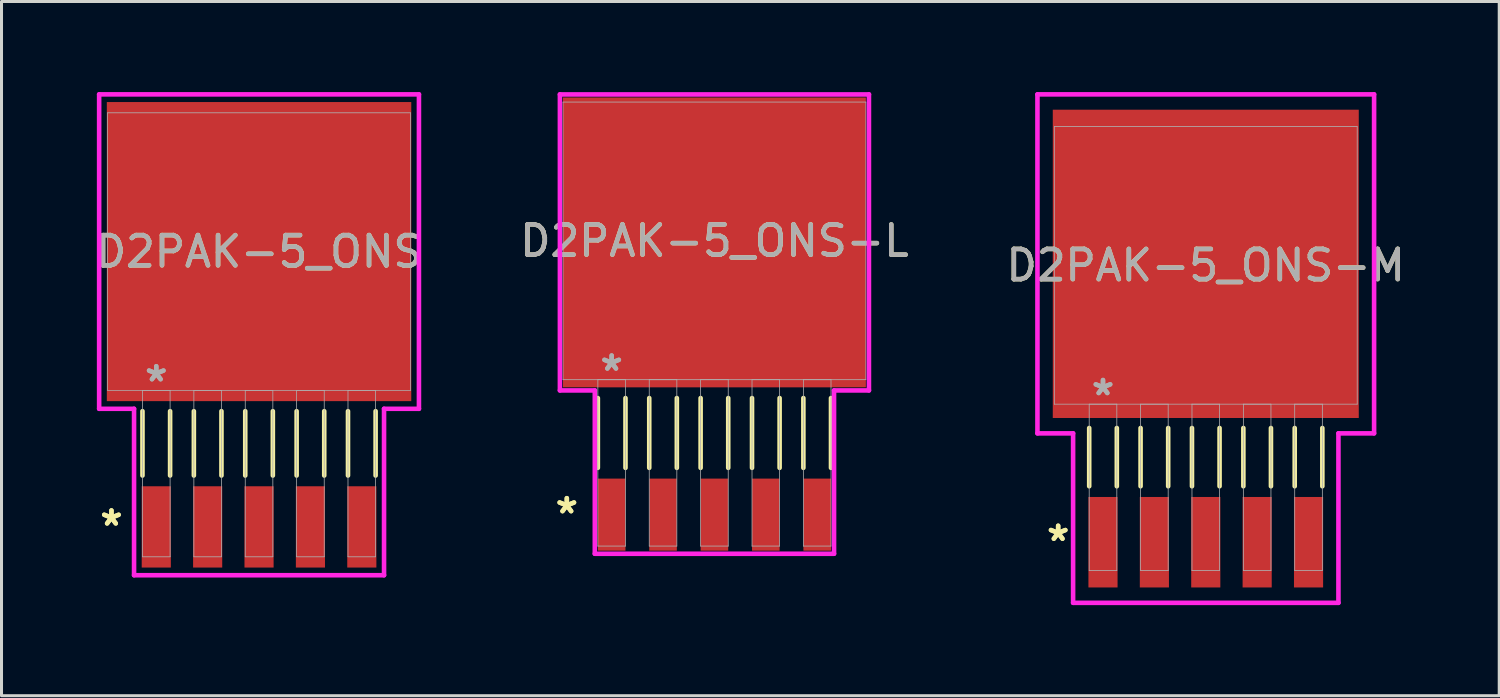
<source format=kicad_pcb>
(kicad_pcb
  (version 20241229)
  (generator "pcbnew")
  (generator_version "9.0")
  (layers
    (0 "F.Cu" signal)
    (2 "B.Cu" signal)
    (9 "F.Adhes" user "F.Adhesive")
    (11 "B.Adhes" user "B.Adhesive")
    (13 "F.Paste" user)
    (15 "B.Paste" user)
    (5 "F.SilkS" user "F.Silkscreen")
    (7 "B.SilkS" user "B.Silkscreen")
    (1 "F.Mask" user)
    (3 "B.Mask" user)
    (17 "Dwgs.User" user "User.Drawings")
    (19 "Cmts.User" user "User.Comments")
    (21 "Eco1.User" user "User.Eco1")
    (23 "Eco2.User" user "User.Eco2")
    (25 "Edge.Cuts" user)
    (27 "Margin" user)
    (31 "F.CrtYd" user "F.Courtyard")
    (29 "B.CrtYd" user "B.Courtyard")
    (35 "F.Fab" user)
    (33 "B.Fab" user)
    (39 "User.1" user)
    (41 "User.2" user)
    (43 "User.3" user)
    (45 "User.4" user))
  (footprint "D2PAK-5_ONS-L"
    (layer "F.Cu")
    (at 20.613 4.928)
    (property "Reference" "D2PAK-5_ONS-L" (at 0 0 0) (unlocked yes) (layer "F.SilkS") (effects (font (size 1 1) (thickness 0.15))))
    (attr smd)
    (fp_line (start -3.861 5.207) (end -3.861 7.518) (stroke (width 0.152) (type solid)) (layer "F.SilkS"))
    (fp_line (start -2.946 5.207) (end -2.946 7.518) (stroke (width 0.152) (type solid)) (layer "F.SilkS"))
    (fp_line (start -2.159 5.207) (end -2.159 7.518) (stroke (width 0.152) (type solid)) (layer "F.SilkS"))
    (fp_line (start -1.245 5.207) (end -1.245 7.518) (stroke (width 0.152) (type solid)) (layer "F.SilkS"))
    (fp_line (start -0.457 5.207) (end -0.457 7.518) (stroke (width 0.152) (type solid)) (layer "F.SilkS"))
    (fp_line (start 0.457 5.207) (end 0.457 7.518) (stroke (width 0.152) (type solid)) (layer "F.SilkS"))
    (fp_line (start 1.245 5.207) (end 1.245 7.518) (stroke (width 0.152) (type solid)) (layer "F.SilkS"))
    (fp_line (start 2.159 5.207) (end 2.159 7.518) (stroke (width 0.152) (type solid)) (layer "F.SilkS"))
    (fp_line (start 2.946 5.207) (end 2.946 7.518) (stroke (width 0.152) (type solid)) (layer "F.SilkS"))
    (fp_line (start 3.861 5.207) (end 3.861 7.518) (stroke (width 0.152) (type solid)) (layer "F.SilkS"))
    (fp_line (start -5.118 -4.851) (end 5.118 -4.851) (stroke (width 0.152) (type solid)) (layer "F.CrtYd"))
    (fp_line (start -5.118 4.953) (end -5.118 -4.851) (stroke (width 0.152) (type solid)) (layer "F.CrtYd"))
    (fp_line (start -3.962 4.953) (end -5.118 4.953) (stroke (width 0.152) (type solid)) (layer "F.CrtYd"))
    (fp_line (start -3.962 10.363) (end -3.962 4.953) (stroke (width 0.152) (type solid)) (layer "F.CrtYd"))
    (fp_line (start 3.962 4.953) (end 3.962 10.363) (stroke (width 0.152) (type solid)) (layer "F.CrtYd"))
    (fp_line (start 3.962 10.363) (end -3.962 10.363) (stroke (width 0.152) (type solid)) (layer "F.CrtYd"))
    (fp_line (start 5.118 -4.851) (end 5.118 4.953) (stroke (width 0.152) (type solid)) (layer "F.CrtYd"))
    (fp_line (start 5.118 4.953) (end 3.962 4.953) (stroke (width 0.152) (type solid)) (layer "F.CrtYd"))
    (fp_line (start -5.016 -4.597) (end -5.016 4.597) (stroke (width 0.025) (type solid)) (layer "F.Fab"))
    (fp_line (start -5.016 4.597) (end 5.016 4.597) (stroke (width 0.025) (type solid)) (layer "F.Fab"))
    (fp_line (start -3.861 4.597) (end -3.861 10.109) (stroke (width 0.025) (type solid)) (layer "F.Fab"))
    (fp_line (start -3.861 10.109) (end -2.946 10.109) (stroke (width 0.025) (type solid)) (layer "F.Fab"))
    (fp_line (start -2.946 4.597) (end -3.861 4.597) (stroke (width 0.025) (type solid)) (layer "F.Fab"))
    (fp_line (start -2.946 10.109) (end -2.946 4.597) (stroke (width 0.025) (type solid)) (layer "F.Fab"))
    (fp_line (start -2.159 4.597) (end -2.159 10.109) (stroke (width 0.025) (type solid)) (layer "F.Fab"))
    (fp_line (start -2.159 10.109) (end -1.245 10.109) (stroke (width 0.025) (type solid)) (layer "F.Fab"))
    (fp_line (start -1.245 4.597) (end -2.159 4.597) (stroke (width 0.025) (type solid)) (layer "F.Fab"))
    (fp_line (start -1.245 10.109) (end -1.245 4.597) (stroke (width 0.025) (type solid)) (layer "F.Fab"))
    (fp_line (start -0.457 4.597) (end -0.457 10.109) (stroke (width 0.025) (type solid)) (layer "F.Fab"))
    (fp_line (start -0.457 10.109) (end 0.457 10.109) (stroke (width 0.025) (type solid)) (layer "F.Fab"))
    (fp_line (start 0.457 4.597) (end -0.457 4.597) (stroke (width 0.025) (type solid)) (layer "F.Fab"))
    (fp_line (start 0.457 10.109) (end 0.457 4.597) (stroke (width 0.025) (type solid)) (layer "F.Fab"))
    (fp_line (start 1.245 4.597) (end 1.245 10.109) (stroke (width 0.025) (type solid)) (layer "F.Fab"))
    (fp_line (start 1.245 10.109) (end 2.159 10.109) (stroke (width 0.025) (type solid)) (layer "F.Fab"))
    (fp_line (start 2.159 4.597) (end 1.245 4.597) (stroke (width 0.025) (type solid)) (layer "F.Fab"))
    (fp_line (start 2.159 10.109) (end 2.159 4.597) (stroke (width 0.025) (type solid)) (layer "F.Fab"))
    (fp_line (start 2.946 4.597) (end 2.946 10.109) (stroke (width 0.025) (type solid)) (layer "F.Fab"))
    (fp_line (start 2.946 10.109) (end 3.861 10.109) (stroke (width 0.025) (type solid)) (layer "F.Fab"))
    (fp_line (start 3.861 4.597) (end 2.946 4.597) (stroke (width 0.025) (type solid)) (layer "F.Fab"))
    (fp_line (start 3.861 10.109) (end 3.861 4.597) (stroke (width 0.025) (type solid)) (layer "F.Fab"))
    (fp_line (start 5.016 -4.597) (end -5.016 -4.597) (stroke (width 0.025) (type solid)) (layer "F.Fab"))
    (fp_line (start 5.016 4.597) (end 5.016 -4.597) (stroke (width 0.025) (type solid)) (layer "F.Fab"))
    (fp_text user "*" (at -4.889 9.068 0) (layer "F.SilkS") (effects (font (size 1 1) (thickness 0.15))))
    (fp_text user "*" (at -4.889 9.068 0) (unlocked yes) (layer "F.SilkS") (effects (font (size 1 1) (thickness 0.15))))
    (fp_text user "*" (at -3.404 4.343 0) (layer "F.Fab") (effects (font (size 1 1) (thickness 0.15))))
    (fp_text user "*" (at -3.404 4.343 0) (unlocked yes) (layer "F.Fab") (effects (font (size 1 1) (thickness 0.15))))
    (fp_text user "${REFERENCE}" (at 0 0 0) (unlocked yes) (layer "F.Fab") (effects (font (size 1 1) (thickness 0.15))))
    (pad "1" smd rect (at -3.404 9.068) (size 0.914 2.388) (layers "F.Cu" "F.Mask" "F.Paste"))
    (pad "2" smd rect (at -1.702 9.068) (size 0.914 2.388) (layers "F.Cu" "F.Mask" "F.Paste"))
    (pad "3" smd rect (at 0 9.068) (size 0.914 2.388) (layers "F.Cu" "F.Mask" "F.Paste"))
    (pad "4" smd rect (at 1.702 9.068) (size 0.914 2.388) (layers "F.Cu" "F.Mask" "F.Paste"))
    (pad "5" smd rect (at 3.404 9.068) (size 0.914 2.388) (layers "F.Cu" "F.Mask" "F.Paste"))
    (pad "6" smd rect (at 0 0.051) (size 10.033 9.601) (layers "F.Cu" "F.Mask" "F.Paste")))
  (footprint "D2PAK-5_ONS-M"
    (layer "F.Cu")
    (at 36.887 5.74)
    (property "Reference" "D2PAK-5_ONS-M" (at 0 0 0) (unlocked yes) (layer "F.SilkS") (effects (font (size 1 1) (thickness 0.15))))
    (attr smd)
    (fp_line (start -3.861 5.387) (end -3.861 7.315) (stroke (width 0.152) (type solid)) (layer "F.SilkS"))
    (fp_line (start -2.946 5.387) (end -2.946 7.315) (stroke (width 0.152) (type solid)) (layer "F.SilkS"))
    (fp_line (start -2.159 5.387) (end -2.159 7.315) (stroke (width 0.152) (type solid)) (layer "F.SilkS"))
    (fp_line (start -1.245 5.387) (end -1.245 7.315) (stroke (width 0.152) (type solid)) (layer "F.SilkS"))
    (fp_line (start -0.457 5.387) (end -0.457 7.315) (stroke (width 0.152) (type solid)) (layer "F.SilkS"))
    (fp_line (start 0.457 5.387) (end 0.457 7.315) (stroke (width 0.152) (type solid)) (layer "F.SilkS"))
    (fp_line (start 1.245 5.387) (end 1.245 7.315) (stroke (width 0.152) (type solid)) (layer "F.SilkS"))
    (fp_line (start 2.159 5.387) (end 2.159 7.315) (stroke (width 0.152) (type solid)) (layer "F.SilkS"))
    (fp_line (start 2.946 5.387) (end 2.946 7.315) (stroke (width 0.152) (type solid)) (layer "F.SilkS"))
    (fp_line (start 3.861 5.387) (end 3.861 7.315) (stroke (width 0.152) (type solid)) (layer "F.SilkS"))
    (fp_line (start -5.575 -5.664) (end 5.575 -5.664) (stroke (width 0.152) (type solid)) (layer "F.CrtYd"))
    (fp_line (start -5.575 5.563) (end -5.575 -5.664) (stroke (width 0.152) (type solid)) (layer "F.CrtYd"))
    (fp_line (start -4.394 5.563) (end -5.575 5.563) (stroke (width 0.152) (type solid)) (layer "F.CrtYd"))
    (fp_line (start -4.394 11.176) (end -4.394 5.563) (stroke (width 0.152) (type solid)) (layer "F.CrtYd"))
    (fp_line (start 4.394 5.563) (end 4.394 11.176) (stroke (width 0.152) (type solid)) (layer "F.CrtYd"))
    (fp_line (start 4.394 11.176) (end -4.394 11.176) (stroke (width 0.152) (type solid)) (layer "F.CrtYd"))
    (fp_line (start 5.575 -5.664) (end 5.575 5.563) (stroke (width 0.152) (type solid)) (layer "F.CrtYd"))
    (fp_line (start 5.575 5.563) (end 4.394 5.563) (stroke (width 0.152) (type solid)) (layer "F.CrtYd"))
    (fp_line (start -5.016 -4.597) (end -5.016 4.597) (stroke (width 0.025) (type solid)) (layer "F.Fab"))
    (fp_line (start -5.016 4.597) (end 5.016 4.597) (stroke (width 0.025) (type solid)) (layer "F.Fab"))
    (fp_line (start -3.861 4.597) (end -3.861 10.109) (stroke (width 0.025) (type solid)) (layer "F.Fab"))
    (fp_line (start -3.861 10.109) (end -2.946 10.109) (stroke (width 0.025) (type solid)) (layer "F.Fab"))
    (fp_line (start -2.946 4.597) (end -3.861 4.597) (stroke (width 0.025) (type solid)) (layer "F.Fab"))
    (fp_line (start -2.946 10.109) (end -2.946 4.597) (stroke (width 0.025) (type solid)) (layer "F.Fab"))
    (fp_line (start -2.159 4.597) (end -2.159 10.109) (stroke (width 0.025) (type solid)) (layer "F.Fab"))
    (fp_line (start -2.159 10.109) (end -1.245 10.109) (stroke (width 0.025) (type solid)) (layer "F.Fab"))
    (fp_line (start -1.245 4.597) (end -2.159 4.597) (stroke (width 0.025) (type solid)) (layer "F.Fab"))
    (fp_line (start -1.245 10.109) (end -1.245 4.597) (stroke (width 0.025) (type solid)) (layer "F.Fab"))
    (fp_line (start -0.457 4.597) (end -0.457 10.109) (stroke (width 0.025) (type solid)) (layer "F.Fab"))
    (fp_line (start -0.457 10.109) (end 0.457 10.109) (stroke (width 0.025) (type solid)) (layer "F.Fab"))
    (fp_line (start 0.457 4.597) (end -0.457 4.597) (stroke (width 0.025) (type solid)) (layer "F.Fab"))
    (fp_line (start 0.457 10.109) (end 0.457 4.597) (stroke (width 0.025) (type solid)) (layer "F.Fab"))
    (fp_line (start 1.245 4.597) (end 1.245 10.109) (stroke (width 0.025) (type solid)) (layer "F.Fab"))
    (fp_line (start 1.245 10.109) (end 2.159 10.109) (stroke (width 0.025) (type solid)) (layer "F.Fab"))
    (fp_line (start 2.159 4.597) (end 1.245 4.597) (stroke (width 0.025) (type solid)) (layer "F.Fab"))
    (fp_line (start 2.159 10.109) (end 2.159 4.597) (stroke (width 0.025) (type solid)) (layer "F.Fab"))
    (fp_line (start 2.946 4.597) (end 2.946 10.109) (stroke (width 0.025) (type solid)) (layer "F.Fab"))
    (fp_line (start 2.946 10.109) (end 3.861 10.109) (stroke (width 0.025) (type solid)) (layer "F.Fab"))
    (fp_line (start 3.861 4.597) (end 2.946 4.597) (stroke (width 0.025) (type solid)) (layer "F.Fab"))
    (fp_line (start 3.861 10.109) (end 3.861 4.597) (stroke (width 0.025) (type solid)) (layer "F.Fab"))
    (fp_line (start 5.016 -4.597) (end -5.016 -4.597) (stroke (width 0.025) (type solid)) (layer "F.Fab"))
    (fp_line (start 5.016 4.597) (end 5.016 -4.597) (stroke (width 0.025) (type solid)) (layer "F.Fab"))
    (fp_text user "*" (at -4.889 9.169 0) (layer "F.SilkS") (effects (font (size 1 1) (thickness 0.15))))
    (fp_text user "*" (at -4.889 9.169 0) (unlocked yes) (layer "F.SilkS") (effects (font (size 1 1) (thickness 0.15))))
    (fp_text user "${REFERENCE}" (at 0 0 0) (unlocked yes) (layer "F.Fab") (effects (font (size 1 1) (thickness 0.15))))
    (fp_text user "*" (at -3.404 4.343 0) (unlocked yes) (layer "F.Fab") (effects (font (size 1 1) (thickness 0.15))))
    (fp_text user "*" (at -3.404 4.343 0) (layer "F.Fab") (effects (font (size 1 1) (thickness 0.15))))
    (pad "1" smd rect (at -3.404 9.169) (size 0.965 2.997) (layers "F.Cu" "F.Mask" "F.Paste"))
    (pad "2" smd rect (at -1.702 9.169) (size 0.965 2.997) (layers "F.Cu" "F.Mask" "F.Paste"))
    (pad "3" smd rect (at 0 9.169) (size 0.965 2.997) (layers "F.Cu" "F.Mask" "F.Paste"))
    (pad "4" smd rect (at 1.702 9.169) (size 0.965 2.997) (layers "F.Cu" "F.Mask" "F.Paste"))
    (pad "5" smd rect (at 3.404 9.169) (size 0.965 2.997) (layers "F.Cu" "F.Mask" "F.Paste"))
    (pad "6" smd rect (at 0 -0.051) (size 10.135 10.211) (layers "F.Cu" "F.Mask" "F.Paste")))
  (footprint "D2PAK-5_ONS"
    (layer "F.Cu")
    (at 5.53 5.283)
    (property "Reference" "D2PAK-5_ONS" (at 0 0 0) (unlocked yes) (layer "F.SilkS") (effects (font (size 1 1) (thickness 0.15))))
    (attr smd)
    (fp_line (start -3.861 5.286) (end -3.861 7.417) (stroke (width 0.152) (type solid)) (layer "F.SilkS"))
    (fp_line (start -2.946 5.286) (end -2.946 7.417) (stroke (width 0.152) (type solid)) (layer "F.SilkS"))
    (fp_line (start -2.159 5.286) (end -2.159 7.417) (stroke (width 0.152) (type solid)) (layer "F.SilkS"))
    (fp_line (start -1.245 5.286) (end -1.245 7.417) (stroke (width 0.152) (type solid)) (layer "F.SilkS"))
    (fp_line (start -0.457 5.286) (end -0.457 7.417) (stroke (width 0.152) (type solid)) (layer "F.SilkS"))
    (fp_line (start 0.457 5.286) (end 0.457 7.417) (stroke (width 0.152) (type solid)) (layer "F.SilkS"))
    (fp_line (start 1.245 5.286) (end 1.245 7.417) (stroke (width 0.152) (type solid)) (layer "F.SilkS"))
    (fp_line (start 2.159 5.286) (end 2.159 7.417) (stroke (width 0.152) (type solid)) (layer "F.SilkS"))
    (fp_line (start 2.946 5.286) (end 2.946 7.417) (stroke (width 0.152) (type solid)) (layer "F.SilkS"))
    (fp_line (start 3.861 5.286) (end 3.861 7.417) (stroke (width 0.152) (type solid)) (layer "F.SilkS"))
    (fp_line (start -5.296 -5.207) (end 5.296 -5.207) (stroke (width 0.152) (type solid)) (layer "F.CrtYd"))
    (fp_line (start -5.296 5.207) (end -5.296 -5.207) (stroke (width 0.152) (type solid)) (layer "F.CrtYd"))
    (fp_line (start -4.14 5.207) (end -5.296 5.207) (stroke (width 0.152) (type solid)) (layer "F.CrtYd"))
    (fp_line (start -4.14 10.719) (end -4.14 5.207) (stroke (width 0.152) (type solid)) (layer "F.CrtYd"))
    (fp_line (start 4.14 5.207) (end 4.14 10.719) (stroke (width 0.152) (type solid)) (layer "F.CrtYd"))
    (fp_line (start 4.14 10.719) (end -4.14 10.719) (stroke (width 0.152) (type solid)) (layer "F.CrtYd"))
    (fp_line (start 5.296 -5.207) (end 5.296 5.207) (stroke (width 0.152) (type solid)) (layer "F.CrtYd"))
    (fp_line (start 5.296 5.207) (end 4.14 5.207) (stroke (width 0.152) (type solid)) (layer "F.CrtYd"))
    (fp_line (start -5.016 -4.597) (end -5.016 4.597) (stroke (width 0.025) (type solid)) (layer "F.Fab"))
    (fp_line (start -5.016 4.597) (end 5.016 4.597) (stroke (width 0.025) (type solid)) (layer "F.Fab"))
    (fp_line (start -3.861 4.597) (end -3.861 10.109) (stroke (width 0.025) (type solid)) (layer "F.Fab"))
    (fp_line (start -3.861 10.109) (end -2.946 10.109) (stroke (width 0.025) (type solid)) (layer "F.Fab"))
    (fp_line (start -2.946 4.597) (end -3.861 4.597) (stroke (width 0.025) (type solid)) (layer "F.Fab"))
    (fp_line (start -2.946 10.109) (end -2.946 4.597) (stroke (width 0.025) (type solid)) (layer "F.Fab"))
    (fp_line (start -2.159 4.597) (end -2.159 10.109) (stroke (width 0.025) (type solid)) (layer "F.Fab"))
    (fp_line (start -2.159 10.109) (end -1.245 10.109) (stroke (width 0.025) (type solid)) (layer "F.Fab"))
    (fp_line (start -1.245 4.597) (end -2.159 4.597) (stroke (width 0.025) (type solid)) (layer "F.Fab"))
    (fp_line (start -1.245 10.109) (end -1.245 4.597) (stroke (width 0.025) (type solid)) (layer "F.Fab"))
    (fp_line (start -0.457 4.597) (end -0.457 10.109) (stroke (width 0.025) (type solid)) (layer "F.Fab"))
    (fp_line (start -0.457 10.109) (end 0.457 10.109) (stroke (width 0.025) (type solid)) (layer "F.Fab"))
    (fp_line (start 0.457 4.597) (end -0.457 4.597) (stroke (width 0.025) (type solid)) (layer "F.Fab"))
    (fp_line (start 0.457 10.109) (end 0.457 4.597) (stroke (width 0.025) (type solid)) (layer "F.Fab"))
    (fp_line (start 1.245 4.597) (end 1.245 10.109) (stroke (width 0.025) (type solid)) (layer "F.Fab"))
    (fp_line (start 1.245 10.109) (end 2.159 10.109) (stroke (width 0.025) (type solid)) (layer "F.Fab"))
    (fp_line (start 2.159 4.597) (end 1.245 4.597) (stroke (width 0.025) (type solid)) (layer "F.Fab"))
    (fp_line (start 2.159 10.109) (end 2.159 4.597) (stroke (width 0.025) (type solid)) (layer "F.Fab"))
    (fp_line (start 2.946 4.597) (end 2.946 10.109) (stroke (width 0.025) (type solid)) (layer "F.Fab"))
    (fp_line (start 2.946 10.109) (end 3.861 10.109) (stroke (width 0.025) (type solid)) (layer "F.Fab"))
    (fp_line (start 3.861 4.597) (end 2.946 4.597) (stroke (width 0.025) (type solid)) (layer "F.Fab"))
    (fp_line (start 3.861 10.109) (end 3.861 4.597) (stroke (width 0.025) (type solid)) (layer "F.Fab"))
    (fp_line (start 5.016 -4.597) (end -5.016 -4.597) (stroke (width 0.025) (type solid)) (layer "F.Fab"))
    (fp_line (start 5.016 4.597) (end 5.016 -4.597) (stroke (width 0.025) (type solid)) (layer "F.Fab"))
    (fp_text user "*" (at -4.889 9.119 0) (layer "F.SilkS") (effects (font (size 1 1) (thickness 0.15))))
    (fp_text user "*" (at -4.889 9.119 0) (unlocked yes) (layer "F.SilkS") (effects (font (size 1 1) (thickness 0.15))))
    (fp_text user "${REFERENCE}" (at 0 0 0) (unlocked yes) (layer "F.Fab") (effects (font (size 1 1) (thickness 0.15))))
    (fp_text user "*" (at -3.404 4.343 0) (layer "F.Fab") (effects (font (size 1 1) (thickness 0.15))))
    (fp_text user "*" (at -3.404 4.343 0) (unlocked yes) (layer "F.Fab") (effects (font (size 1 1) (thickness 0.15))))
    (pad "1" smd rect (at -3.404 9.119) (size 0.965 2.692) (layers "F.Cu" "F.Mask" "F.Paste"))
    (pad "2" smd rect (at -1.702 9.119) (size 0.965 2.692) (layers "F.Cu" "F.Mask" "F.Paste"))
    (pad "3" smd rect (at 0 9.119) (size 0.965 2.692) (layers "F.Cu" "F.Mask" "F.Paste"))
    (pad "4" smd rect (at 1.702 9.119) (size 0.965 2.692) (layers "F.Cu" "F.Mask" "F.Paste"))
    (pad "5" smd rect (at 3.404 9.119) (size 0.965 2.692) (layers "F.Cu" "F.Mask" "F.Paste"))
    (pad "6" smd rect (at 0 0) (size 10.084 9.906) (layers "F.Cu" "F.Mask" "F.Paste")))
  (gr_rect
    (start -3 -3)
    (end 46.607 19.993)
    (stroke (width 0.1) (type default))
    (fill no)
    (layer "Edge.Cuts")))
</source>
